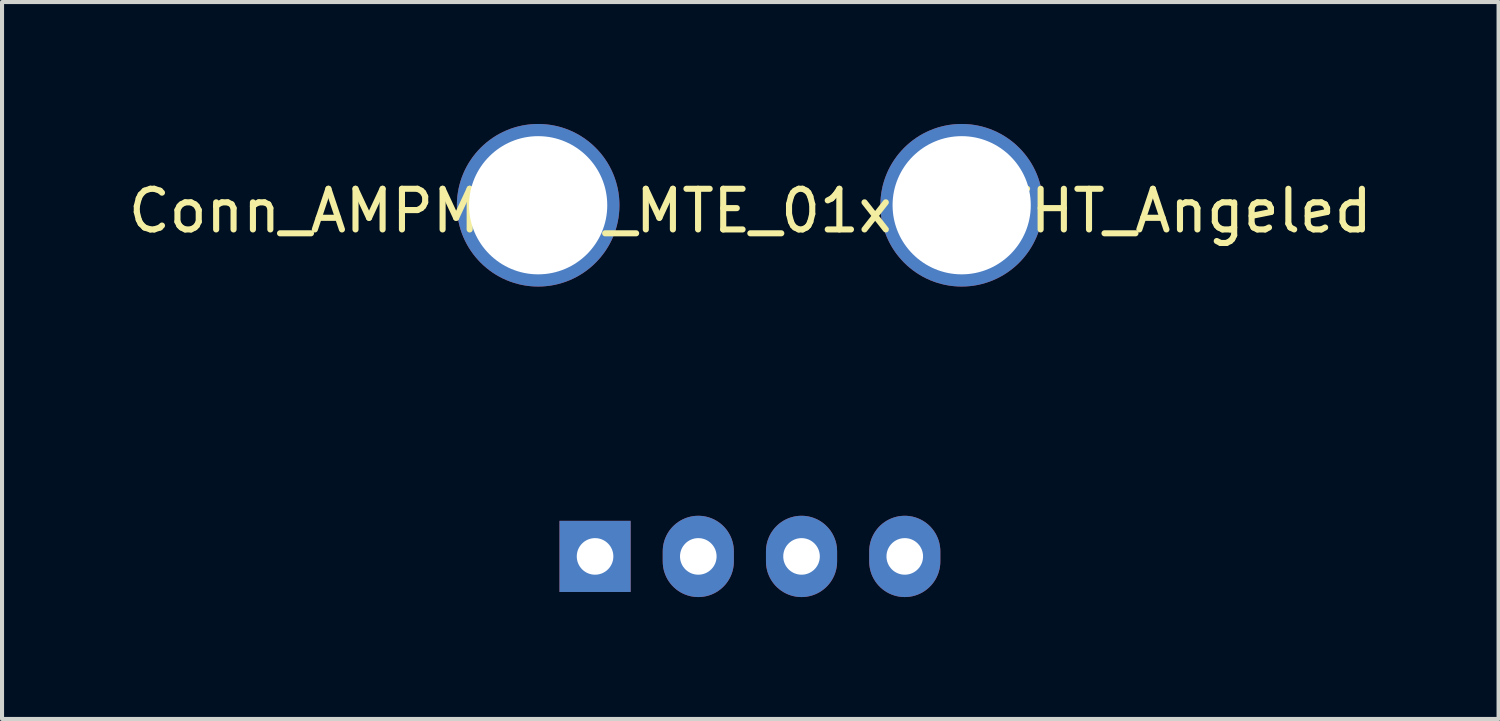
<source format=kicad_pcb>
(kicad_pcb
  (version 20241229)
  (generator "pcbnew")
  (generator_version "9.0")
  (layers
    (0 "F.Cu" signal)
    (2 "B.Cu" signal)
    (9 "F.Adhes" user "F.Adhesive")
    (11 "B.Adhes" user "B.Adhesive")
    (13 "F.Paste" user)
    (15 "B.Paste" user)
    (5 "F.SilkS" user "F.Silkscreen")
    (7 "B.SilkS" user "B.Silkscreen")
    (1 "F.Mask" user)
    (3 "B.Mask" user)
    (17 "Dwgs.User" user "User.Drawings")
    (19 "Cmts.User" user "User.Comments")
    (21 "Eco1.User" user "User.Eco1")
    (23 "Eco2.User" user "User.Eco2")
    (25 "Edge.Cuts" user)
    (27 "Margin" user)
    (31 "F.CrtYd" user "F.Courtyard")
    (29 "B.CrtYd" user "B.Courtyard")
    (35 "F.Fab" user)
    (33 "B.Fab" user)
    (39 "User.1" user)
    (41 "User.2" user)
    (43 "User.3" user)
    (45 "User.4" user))
  (footprint "Conn_AMPMODU_MTE_01x04_THT_Angeled"
    (layer "F.Cu")
    (at 11.591 2)
    (property "Reference" "Conn_AMPMODU_MTE_01x04_THT_Angeled" (at 3.82 0.14 0) (layer "F.SilkS") (effects (font (size 1 1) (thickness 0.15))))
    (attr through_hole)
    (pad "" thru_hole circle (at -1.4 0) (size 4 4) (drill 3.4) (layers "*.Cu" "*.Mask"))
    (pad "" thru_hole circle (at 9.02 0) (size 4 4) (drill 3.4) (layers "*.Cu" "*.Mask"))
    (pad "1" thru_hole rect (at 0 8.64) (size 1.75 1.75) (drill 0.9) (layers "*.Cu" "*.Mask"))
    (pad "2" thru_hole oval (at 2.54 8.64) (size 1.75 2) (drill 0.9) (layers "*.Cu" "*.Mask"))
    (pad "3" thru_hole oval (at 5.08 8.64) (size 1.75 2) (drill 0.9) (layers "*.Cu" "*.Mask"))
    (pad "4" thru_hole oval (at 7.62 8.64) (size 1.75 2) (drill 0.9) (layers "*.Cu" "*.Mask")))
  (gr_rect
    (start -3 -3)
    (end 33.821 14.64)
    (stroke (width 0.1) (type default))
    (fill no)
    (layer "Edge.Cuts")))
</source>
